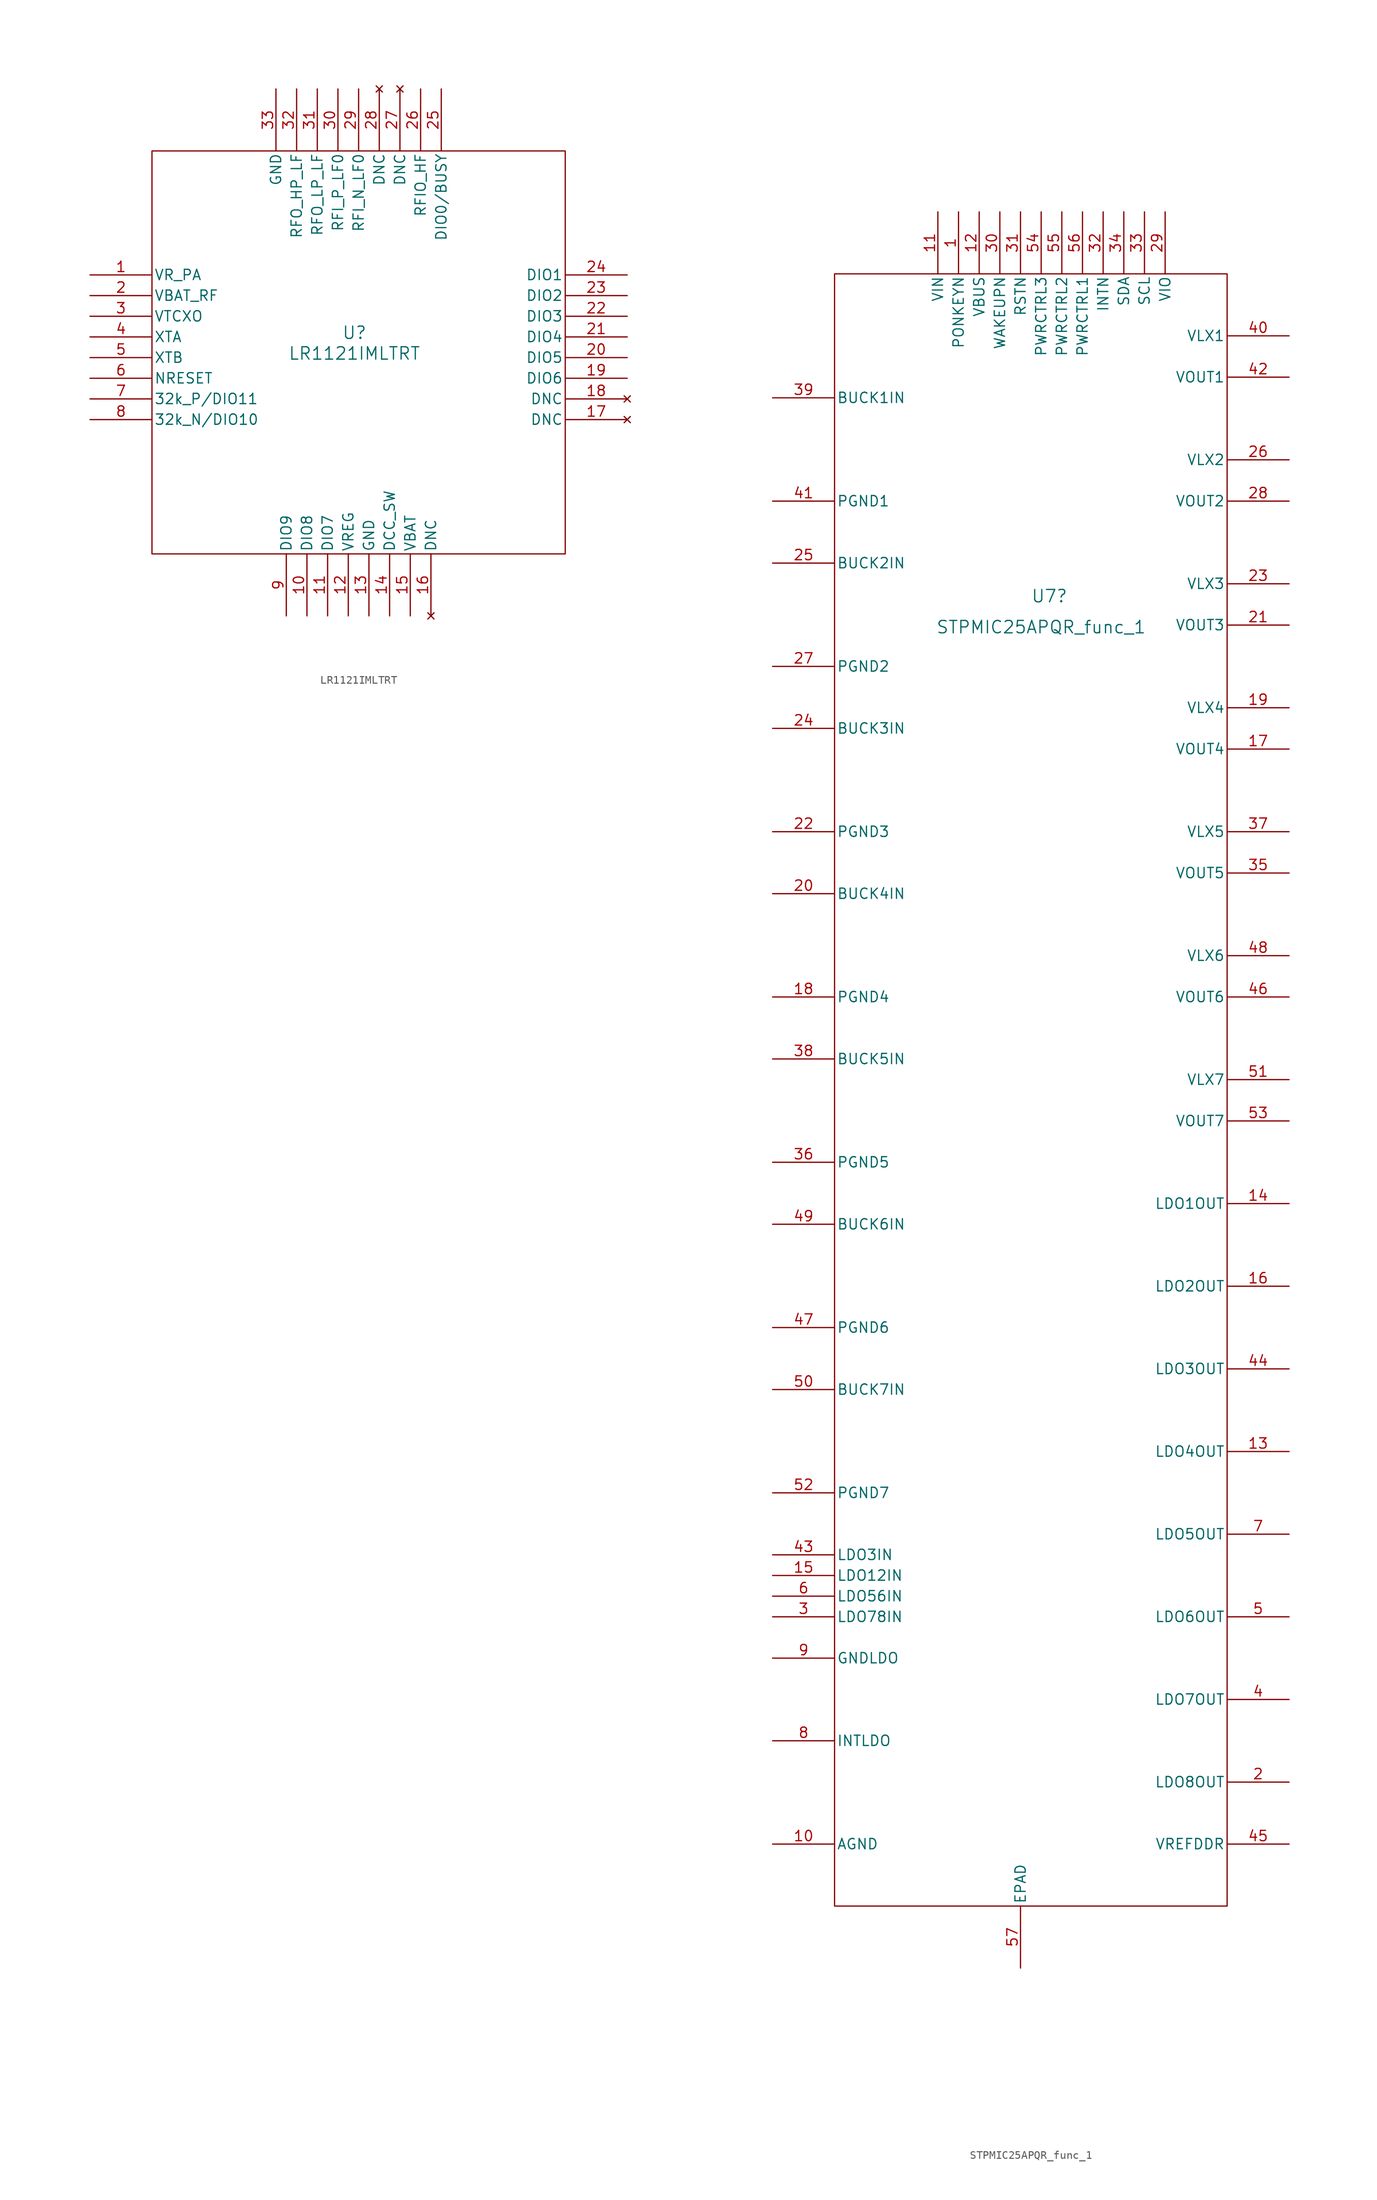
<source format=kicad_sym>
(kicad_symbol_lib
  (version 20241209)
  (generator "kicad_symbol_editor")
  (generator_version "9.0")
  (symbol "LR1121IMLTRT"
    (pin_names
      (offset 0.254))
    (property "Reference" "U"
      (at 0.762 1.778 0)
      (effects (font (size 1.524 1.524))))
    (property "Value" "LR1121IMLTRT"
      (at 0.762 -0.762 0)
      (effects (font (size 1.524 1.524))))
    (property "ki_locked" ""
      (at 0 0 0)
      (effects (font (size 1.27 1.27))))
    (symbol "LR1121IMLTRT_0_1"
      (pin power_in line (at -31.75 8.89 0) (length 7.62) (name "VR_PA" (effects (font (size 1.27 1.27)))) (number "1" (effects (font (size 1.27 1.27)))))
      (pin power_in line (at -31.75 6.35 0) (length 7.62) (name "VBAT_RF" (effects (font (size 1.27 1.27)))) (number "2" (effects (font (size 1.27 1.27)))))
      (pin output line (at -31.75 3.81 0) (length 7.62) (name "VTCXO" (effects (font (size 1.27 1.27)))) (number "3" (effects (font (size 1.27 1.27)))))
      (pin input line (at -31.75 1.27 0) (length 7.62) (name "XTA" (effects (font (size 1.27 1.27)))) (number "4" (effects (font (size 1.27 1.27)))))
      (pin output line (at -31.75 -1.27 0) (length 7.62) (name "XTB" (effects (font (size 1.27 1.27)))) (number "5" (effects (font (size 1.27 1.27)))))
      (pin input line (at -31.75 -3.81 0) (length 7.62) (name "NRESET" (effects (font (size 1.27 1.27)))) (number "6" (effects (font (size 1.27 1.27)))))
      (pin bidirectional line (at -31.75 -6.35 0) (length 7.62) (name "32k_P/DIO11" (effects (font (size 1.27 1.27)))) (number "7" (effects (font (size 1.27 1.27)))))
      (pin bidirectional line (at -31.75 -8.89 0) (length 7.62) (name "32k_N/DIO10" (effects (font (size 1.27 1.27)))) (number "8" (effects (font (size 1.27 1.27)))))
      (pin power_out line (at -8.89 31.75 270) (length 7.62) (name "GND" (effects (font (size 1.27 1.27)))) (number "33" (effects (font (size 1.27 1.27)))))
      (pin bidirectional line (at -7.62 -33.02 90) (length 7.62) (name "DIO9" (effects (font (size 1.27 1.27)))) (number "9" (effects (font (size 1.27 1.27)))))
      (pin output line (at -6.35 31.75 270) (length 7.62) (name "RFO_HP_LF" (effects (font (size 1.27 1.27)))) (number "32" (effects (font (size 1.27 1.27)))))
      (pin bidirectional line (at -5.08 -33.02 90) (length 7.62) (name "DIO8" (effects (font (size 1.27 1.27)))) (number "10" (effects (font (size 1.27 1.27)))))
      (pin output line (at -3.81 31.75 270) (length 7.62) (name "RFO_LP_LF" (effects (font (size 1.27 1.27)))) (number "31" (effects (font (size 1.27 1.27)))))
      (pin bidirectional line (at -2.54 -33.02 90) (length 7.62) (name "DIO7" (effects (font (size 1.27 1.27)))) (number "11" (effects (font (size 1.27 1.27)))))
      (pin input line (at -1.27 31.75 270) (length 7.62) (name "RFI_P_LF0" (effects (font (size 1.27 1.27)))) (number "30" (effects (font (size 1.27 1.27)))))
      (pin power_in line (at 0 -33.02 90) (length 7.62) (name "VREG" (effects (font (size 1.27 1.27)))) (number "12" (effects (font (size 1.27 1.27)))))
      (pin input line (at 1.27 31.75 270) (length 7.62) (name "RFI_N_LF0" (effects (font (size 1.27 1.27)))) (number "29" (effects (font (size 1.27 1.27)))))
      (pin power_out line (at 2.54 -33.02 90) (length 7.62) (name "GND" (effects (font (size 1.27 1.27)))) (number "13" (effects (font (size 1.27 1.27)))))
      (pin no_connect line (at 3.81 31.75 270) (length 7.62) (name "DNC" (effects (font (size 1.27 1.27)))) (number "28" (effects (font (size 1.27 1.27)))))
      (pin power_in line (at 5.08 -33.02 90) (length 7.62) (name "DCC_SW" (effects (font (size 1.27 1.27)))) (number "14" (effects (font (size 1.27 1.27)))))
      (pin no_connect line (at 6.35 31.75 270) (length 7.62) (name "DNC" (effects (font (size 1.27 1.27)))) (number "27" (effects (font (size 1.27 1.27)))))
      (pin power_in line (at 7.62 -33.02 90) (length 7.62) (name "VBAT" (effects (font (size 1.27 1.27)))) (number "15" (effects (font (size 1.27 1.27)))))
      (pin bidirectional line (at 8.89 31.75 270) (length 7.62) (name "RFIO_HF" (effects (font (size 1.27 1.27)))) (number "26" (effects (font (size 1.27 1.27)))))
      (pin no_connect line (at 10.16 -33.02 90) (length 7.62) (name "DNC" (effects (font (size 1.27 1.27)))) (number "16" (effects (font (size 1.27 1.27)))))
      (pin bidirectional line (at 11.43 31.75 270) (length 7.62) (name "DIO0/BUSY" (effects (font (size 1.27 1.27)))) (number "25" (effects (font (size 1.27 1.27)))))
      (pin bidirectional line (at 34.29 8.89 180) (length 7.62) (name "DIO1" (effects (font (size 1.27 1.27)))) (number "24" (effects (font (size 1.27 1.27)))))
      (pin bidirectional line (at 34.29 6.35 180) (length 7.62) (name "DIO2" (effects (font (size 1.27 1.27)))) (number "23" (effects (font (size 1.27 1.27)))))
      (pin bidirectional line (at 34.29 3.81 180) (length 7.62) (name "DIO3" (effects (font (size 1.27 1.27)))) (number "22" (effects (font (size 1.27 1.27)))))
      (pin bidirectional line (at 34.29 1.27 180) (length 7.62) (name "DIO4" (effects (font (size 1.27 1.27)))) (number "21" (effects (font (size 1.27 1.27)))))
      (pin bidirectional line (at 34.29 -1.27 180) (length 7.62) (name "DIO5" (effects (font (size 1.27 1.27)))) (number "20" (effects (font (size 1.27 1.27)))))
      (pin bidirectional line (at 34.29 -3.81 180) (length 7.62) (name "DIO6" (effects (font (size 1.27 1.27)))) (number "19" (effects (font (size 1.27 1.27)))))
      (pin no_connect line (at 34.29 -6.35 180) (length 7.62) (name "DNC" (effects (font (size 1.27 1.27)))) (number "18" (effects (font (size 1.27 1.27)))))
      (pin no_connect line (at 34.29 -8.89 180) (length 7.62) (name "DNC" (effects (font (size 1.27 1.27)))) (number "17" (effects (font (size 1.27 1.27))))))
    (symbol "LR1121IMLTRT_1_1"
      (rectangle (start -24.13 24.13) (end 26.67 -25.4) (stroke (width 0) (type solid)) (fill (type none)))))
  (symbol "STPMIC25APQR_func_1"
    (pin_names
      (offset 0.254))
    (property "Reference" "U7"
      (at 67.056 -34.544 0)
      (effects (font (size 1.524 1.524))))
    (property "Value" "STPMIC25APQR_func_1"
      (at 66.04 -38.354 0)
      (effects (font (size 1.524 1.524))))
    (symbol "STPMIC25APQR_func_1_0_1"
      (rectangle (start 40.64 5.08) (end 88.9 -195.58) (stroke (width 0) (type default)) (fill (type none))))
    (symbol "STPMIC25APQR_func_1_1_1"
      (pin input line (at 33.02 -10.16 0) (length 7.62) (name "BUCK1IN" (effects (font (size 1.27 1.27)))) (number "39" (effects (font (size 1.27 1.27)))))
      (pin power_out line (at 33.02 -22.86 0) (length 7.62) (name "PGND1" (effects (font (size 1.27 1.27)))) (number "41" (effects (font (size 1.27 1.27)))))
      (pin input line (at 33.02 -30.48 0) (length 7.62) (name "BUCK2IN" (effects (font (size 1.27 1.27)))) (number "25" (effects (font (size 1.27 1.27)))))
      (pin power_out line (at 33.02 -43.18 0) (length 7.62) (name "PGND2" (effects (font (size 1.27 1.27)))) (number "27" (effects (font (size 1.27 1.27)))))
      (pin input line (at 33.02 -50.8 0) (length 7.62) (name "BUCK3IN" (effects (font (size 1.27 1.27)))) (number "24" (effects (font (size 1.27 1.27)))))
      (pin power_out line (at 33.02 -63.5 0) (length 7.62) (name "PGND3" (effects (font (size 1.27 1.27)))) (number "22" (effects (font (size 1.27 1.27)))))
      (pin input line (at 33.02 -71.12 0) (length 7.62) (name "BUCK4IN" (effects (font (size 1.27 1.27)))) (number "20" (effects (font (size 1.27 1.27)))))
      (pin power_out line (at 33.02 -83.82 0) (length 7.62) (name "PGND4" (effects (font (size 1.27 1.27)))) (number "18" (effects (font (size 1.27 1.27)))))
      (pin input line (at 33.02 -91.44 0) (length 7.62) (name "BUCK5IN" (effects (font (size 1.27 1.27)))) (number "38" (effects (font (size 1.27 1.27)))))
      (pin power_out line (at 33.02 -104.14 0) (length 7.62) (name "PGND5" (effects (font (size 1.27 1.27)))) (number "36" (effects (font (size 1.27 1.27)))))
      (pin input line (at 33.02 -111.76 0) (length 7.62) (name "BUCK6IN" (effects (font (size 1.27 1.27)))) (number "49" (effects (font (size 1.27 1.27)))))
      (pin power_out line (at 33.02 -124.46 0) (length 7.62) (name "PGND6" (effects (font (size 1.27 1.27)))) (number "47" (effects (font (size 1.27 1.27)))))
      (pin input line (at 33.02 -132.08 0) (length 7.62) (name "BUCK7IN" (effects (font (size 1.27 1.27)))) (number "50" (effects (font (size 1.27 1.27)))))
      (pin power_out line (at 33.02 -144.78 0) (length 7.62) (name "PGND7" (effects (font (size 1.27 1.27)))) (number "52" (effects (font (size 1.27 1.27)))))
      (pin input line (at 33.02 -152.4 0) (length 7.62) (name "LDO3IN" (effects (font (size 1.27 1.27)))) (number "43" (effects (font (size 1.27 1.27)))))
      (pin input line (at 33.02 -154.94 0) (length 7.62) (name "LDO12IN" (effects (font (size 1.27 1.27)))) (number "15" (effects (font (size 1.27 1.27)))))
      (pin input line (at 33.02 -157.48 0) (length 7.62) (name "LDO56IN" (effects (font (size 1.27 1.27)))) (number "6" (effects (font (size 1.27 1.27)))))
      (pin input line (at 33.02 -160.02 0) (length 7.62) (name "LDO78IN" (effects (font (size 1.27 1.27)))) (number "3" (effects (font (size 1.27 1.27)))))
      (pin power_out line (at 33.02 -165.1 0) (length 7.62) (name "GNDLDO" (effects (font (size 1.27 1.27)))) (number "9" (effects (font (size 1.27 1.27)))))
      (pin input line (at 33.02 -175.26 0) (length 7.62) (name "INTLDO" (effects (font (size 1.27 1.27)))) (number "8" (effects (font (size 1.27 1.27)))))
      (pin power_out line (at 33.02 -187.96 0) (length 7.62) (name "AGND" (effects (font (size 1.27 1.27)))) (number "10" (effects (font (size 1.27 1.27)))))
      (pin unspecified line (at 53.34 12.7 270) (length 7.62) (name "VIN" (effects (font (size 1.27 1.27)))) (number "11" (effects (font (size 1.27 1.27)))))
      (pin unspecified line (at 55.88 12.7 270) (length 7.62) (name "PONKEYN" (effects (font (size 1.27 1.27)))) (number "1" (effects (font (size 1.27 1.27)))))
      (pin unspecified line (at 58.42 12.7 270) (length 7.62) (name "VBUS" (effects (font (size 1.27 1.27)))) (number "12" (effects (font (size 1.27 1.27)))))
      (pin unspecified line (at 60.96 12.7 270) (length 7.62) (name "WAKEUPN" (effects (font (size 1.27 1.27)))) (number "30" (effects (font (size 1.27 1.27)))))
      (pin unspecified line (at 63.5 12.7 270) (length 7.62) (name "RSTN" (effects (font (size 1.27 1.27)))) (number "31" (effects (font (size 1.27 1.27)))))
      (pin power_out line (at 63.5 -203.2 90) (length 7.62) (name "EPAD" (effects (font (size 1.27 1.27)))) (number "57" (effects (font (size 1.27 1.27)))))
      (pin bidirectional line (at 66.04 12.7 270) (length 7.62) (name "PWRCTRL3" (effects (font (size 1.27 1.27)))) (number "54" (effects (font (size 1.27 1.27)))))
      (pin bidirectional line (at 68.58 12.7 270) (length 7.62) (name "PWRCTRL2" (effects (font (size 1.27 1.27)))) (number "55" (effects (font (size 1.27 1.27)))))
      (pin bidirectional line (at 71.12 12.7 270) (length 7.62) (name "PWRCTRL1" (effects (font (size 1.27 1.27)))) (number "56" (effects (font (size 1.27 1.27)))))
      (pin input line (at 73.66 12.7 270) (length 7.62) (name "INTN" (effects (font (size 1.27 1.27)))) (number "32" (effects (font (size 1.27 1.27)))))
      (pin unspecified line (at 76.2 12.7 270) (length 7.62) (name "SDA" (effects (font (size 1.27 1.27)))) (number "34" (effects (font (size 1.27 1.27)))))
      (pin unspecified line (at 78.74 12.7 270) (length 7.62) (name "SCL" (effects (font (size 1.27 1.27)))) (number "33" (effects (font (size 1.27 1.27)))))
      (pin unspecified line (at 81.28 12.7 270) (length 7.62) (name "VIO" (effects (font (size 1.27 1.27)))) (number "29" (effects (font (size 1.27 1.27)))))
      (pin bidirectional line (at 96.52 -2.54 180) (length 7.62) (name "VLX1" (effects (font (size 1.27 1.27)))) (number "40" (effects (font (size 1.27 1.27)))))
      (pin output line (at 96.52 -7.62 180) (length 7.62) (name "VOUT1" (effects (font (size 1.27 1.27)))) (number "42" (effects (font (size 1.27 1.27)))))
      (pin bidirectional line (at 96.52 -17.78 180) (length 7.62) (name "VLX2" (effects (font (size 1.27 1.27)))) (number "26" (effects (font (size 1.27 1.27)))))
      (pin output line (at 96.52 -22.86 180) (length 7.62) (name "VOUT2" (effects (font (size 1.27 1.27)))) (number "28" (effects (font (size 1.27 1.27)))))
      (pin bidirectional line (at 96.52 -33.02 180) (length 7.62) (name "VLX3" (effects (font (size 1.27 1.27)))) (number "23" (effects (font (size 1.27 1.27)))))
      (pin output line (at 96.52 -38.1 180) (length 7.62) (name "VOUT3" (effects (font (size 1.27 1.27)))) (number "21" (effects (font (size 1.27 1.27)))))
      (pin bidirectional line (at 96.52 -48.26 180) (length 7.62) (name "VLX4" (effects (font (size 1.27 1.27)))) (number "19" (effects (font (size 1.27 1.27)))))
      (pin output line (at 96.52 -53.34 180) (length 7.62) (name "VOUT4" (effects (font (size 1.27 1.27)))) (number "17" (effects (font (size 1.27 1.27)))))
      (pin bidirectional line (at 96.52 -63.5 180) (length 7.62) (name "VLX5" (effects (font (size 1.27 1.27)))) (number "37" (effects (font (size 1.27 1.27)))))
      (pin output line (at 96.52 -68.58 180) (length 7.62) (name "VOUT5" (effects (font (size 1.27 1.27)))) (number "35" (effects (font (size 1.27 1.27)))))
      (pin bidirectional line (at 96.52 -78.74 180) (length 7.62) (name "VLX6" (effects (font (size 1.27 1.27)))) (number "48" (effects (font (size 1.27 1.27)))))
      (pin output line (at 96.52 -83.82 180) (length 7.62) (name "VOUT6" (effects (font (size 1.27 1.27)))) (number "46" (effects (font (size 1.27 1.27)))))
      (pin bidirectional line (at 96.52 -93.98 180) (length 7.62) (name "VLX7" (effects (font (size 1.27 1.27)))) (number "51" (effects (font (size 1.27 1.27)))))
      (pin output line (at 96.52 -99.06 180) (length 7.62) (name "VOUT7" (effects (font (size 1.27 1.27)))) (number "53" (effects (font (size 1.27 1.27)))))
      (pin output line (at 96.52 -109.22 180) (length 7.62) (name "LDO1OUT" (effects (font (size 1.27 1.27)))) (number "14" (effects (font (size 1.27 1.27)))))
      (pin output line (at 96.52 -119.38 180) (length 7.62) (name "LDO2OUT" (effects (font (size 1.27 1.27)))) (number "16" (effects (font (size 1.27 1.27)))))
      (pin output line (at 96.52 -129.54 180) (length 7.62) (name "LDO3OUT" (effects (font (size 1.27 1.27)))) (number "44" (effects (font (size 1.27 1.27)))))
      (pin output line (at 96.52 -139.7 180) (length 7.62) (name "LDO4OUT" (effects (font (size 1.27 1.27)))) (number "13" (effects (font (size 1.27 1.27)))))
      (pin output line (at 96.52 -149.86 180) (length 7.62) (name "LDO5OUT" (effects (font (size 1.27 1.27)))) (number "7" (effects (font (size 1.27 1.27)))))
      (pin output line (at 96.52 -160.02 180) (length 7.62) (name "LDO6OUT" (effects (font (size 1.27 1.27)))) (number "5" (effects (font (size 1.27 1.27)))))
      (pin output line (at 96.52 -170.18 180) (length 7.62) (name "LDO7OUT" (effects (font (size 1.27 1.27)))) (number "4" (effects (font (size 1.27 1.27)))))
      (pin output line (at 96.52 -180.34 180) (length 7.62) (name "LDO8OUT" (effects (font (size 1.27 1.27)))) (number "2" (effects (font (size 1.27 1.27)))))
      (pin power_in line (at 96.52 -187.96 180) (length 7.62) (name "VREFDDR" (effects (font (size 1.27 1.27)))) (number "45" (effects (font (size 1.27 1.27))))))))
</source>
